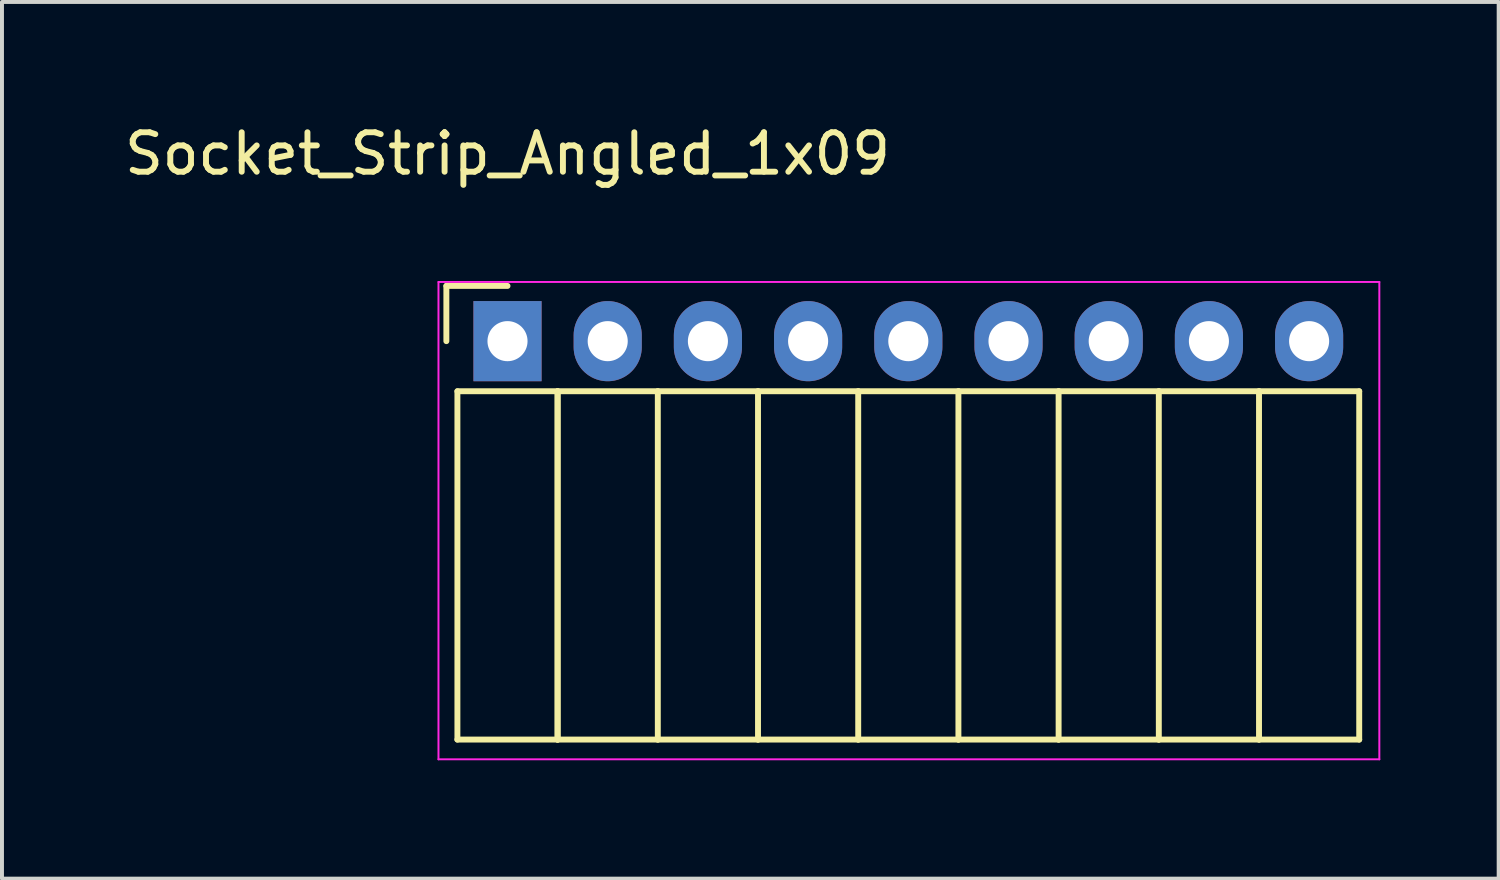
<source format=kicad_pcb>
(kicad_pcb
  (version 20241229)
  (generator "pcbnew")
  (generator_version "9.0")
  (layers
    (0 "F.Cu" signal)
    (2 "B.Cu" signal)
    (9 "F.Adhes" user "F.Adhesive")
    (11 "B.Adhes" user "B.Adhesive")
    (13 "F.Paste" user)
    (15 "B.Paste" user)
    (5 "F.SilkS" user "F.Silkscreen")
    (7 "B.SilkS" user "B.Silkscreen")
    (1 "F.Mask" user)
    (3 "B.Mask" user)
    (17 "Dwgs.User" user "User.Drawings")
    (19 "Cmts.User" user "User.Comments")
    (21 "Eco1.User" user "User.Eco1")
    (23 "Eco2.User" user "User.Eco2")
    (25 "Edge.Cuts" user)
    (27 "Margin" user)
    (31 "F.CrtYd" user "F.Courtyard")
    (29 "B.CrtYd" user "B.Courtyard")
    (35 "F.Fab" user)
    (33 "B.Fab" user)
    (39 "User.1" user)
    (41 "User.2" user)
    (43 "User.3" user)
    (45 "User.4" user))
  (footprint "Socket_Strip_Angled_1x09"
    (layer "F.Cu")
    (at 9.815 5.598)
    (property "Reference" "Socket_Strip_Angled_1x09" (at 0 -4.75 0) (layer "F.SilkS") (effects (font (size 1 1) (thickness 0.15))))
    (attr through_hole)
    (fp_line (start -1.55 -1.4) (end -1.55 0) (stroke (width 0.15) (type solid)) (layer "F.SilkS"))
    (fp_line (start -1.27 1.27) (end -1.27 10.1) (stroke (width 0.15) (type solid)) (layer "F.SilkS"))
    (fp_line (start -1.27 1.27) (end 1.27 1.27) (stroke (width 0.15) (type solid)) (layer "F.SilkS"))
    (fp_line (start -1.27 10.1) (end 1.27 10.1) (stroke (width 0.15) (type solid)) (layer "F.SilkS"))
    (fp_line (start 0 -1.4) (end -1.55 -1.4) (stroke (width 0.15) (type solid)) (layer "F.SilkS"))
    (fp_line (start 1.27 1.27) (end 1.27 10.1) (stroke (width 0.15) (type solid)) (layer "F.SilkS"))
    (fp_line (start 1.27 1.27) (end 3.81 1.27) (stroke (width 0.15) (type solid)) (layer "F.SilkS"))
    (fp_line (start 1.27 10.1) (end 1.27 1.27) (stroke (width 0.15) (type solid)) (layer "F.SilkS"))
    (fp_line (start 1.27 10.1) (end 3.81 10.1) (stroke (width 0.15) (type solid)) (layer "F.SilkS"))
    (fp_line (start 3.81 1.27) (end 6.35 1.27) (stroke (width 0.15) (type solid)) (layer "F.SilkS"))
    (fp_line (start 3.81 10.1) (end 3.81 1.27) (stroke (width 0.15) (type solid)) (layer "F.SilkS"))
    (fp_line (start 3.81 10.1) (end 6.35 10.1) (stroke (width 0.15) (type solid)) (layer "F.SilkS"))
    (fp_line (start 6.35 1.27) (end 8.89 1.27) (stroke (width 0.15) (type solid)) (layer "F.SilkS"))
    (fp_line (start 6.35 10.1) (end 6.35 1.27) (stroke (width 0.15) (type solid)) (layer "F.SilkS"))
    (fp_line (start 6.35 10.1) (end 8.89 10.1) (stroke (width 0.15) (type solid)) (layer "F.SilkS"))
    (fp_line (start 8.89 1.27) (end 11.43 1.27) (stroke (width 0.15) (type solid)) (layer "F.SilkS"))
    (fp_line (start 8.89 10.1) (end 8.89 1.27) (stroke (width 0.15) (type solid)) (layer "F.SilkS"))
    (fp_line (start 8.89 10.1) (end 11.43 10.1) (stroke (width 0.15) (type solid)) (layer "F.SilkS"))
    (fp_line (start 11.43 1.27) (end 13.97 1.27) (stroke (width 0.15) (type solid)) (layer "F.SilkS"))
    (fp_line (start 11.43 10.1) (end 11.43 1.27) (stroke (width 0.15) (type solid)) (layer "F.SilkS"))
    (fp_line (start 11.43 10.1) (end 13.97 10.1) (stroke (width 0.15) (type solid)) (layer "F.SilkS"))
    (fp_line (start 13.97 1.27) (end 16.51 1.27) (stroke (width 0.15) (type solid)) (layer "F.SilkS"))
    (fp_line (start 13.97 10.1) (end 13.97 1.27) (stroke (width 0.15) (type solid)) (layer "F.SilkS"))
    (fp_line (start 13.97 10.1) (end 16.51 10.1) (stroke (width 0.15) (type solid)) (layer "F.SilkS"))
    (fp_line (start 16.51 1.27) (end 19.05 1.27) (stroke (width 0.15) (type solid)) (layer "F.SilkS"))
    (fp_line (start 16.51 10.1) (end 16.51 1.27) (stroke (width 0.15) (type solid)) (layer "F.SilkS"))
    (fp_line (start 16.51 10.1) (end 19.05 10.1) (stroke (width 0.15) (type solid)) (layer "F.SilkS"))
    (fp_line (start 19.05 1.27) (end 21.59 1.27) (stroke (width 0.15) (type solid)) (layer "F.SilkS"))
    (fp_line (start 19.05 10.1) (end 19.05 1.27) (stroke (width 0.15) (type solid)) (layer "F.SilkS"))
    (fp_line (start 19.05 10.1) (end 21.59 10.1) (stroke (width 0.15) (type solid)) (layer "F.SilkS"))
    (fp_line (start 21.59 10.1) (end 21.59 1.27) (stroke (width 0.15) (type solid)) (layer "F.SilkS"))
    (fp_line (start -1.75 -1.5) (end -1.75 10.6) (stroke (width 0.05) (type solid)) (layer "F.CrtYd"))
    (fp_line (start -1.75 -1.5) (end 22.1 -1.5) (stroke (width 0.05) (type solid)) (layer "F.CrtYd"))
    (fp_line (start -1.75 10.6) (end 22.1 10.6) (stroke (width 0.05) (type solid)) (layer "F.CrtYd"))
    (fp_line (start 22.1 -1.5) (end 22.1 10.6) (stroke (width 0.05) (type solid)) (layer "F.CrtYd"))
    (pad "1" thru_hole rect (at 0 0) (size 1.727 2.032) (drill 1.016) (layers "*.Cu" "*.Mask"))
    (pad "2" thru_hole oval (at 2.54 0) (size 1.727 2.032) (drill 1.016) (layers "*.Cu" "*.Mask"))
    (pad "3" thru_hole oval (at 5.08 0) (size 1.727 2.032) (drill 1.016) (layers "*.Cu" "*.Mask"))
    (pad "4" thru_hole oval (at 7.62 0) (size 1.727 2.032) (drill 1.016) (layers "*.Cu" "*.Mask"))
    (pad "5" thru_hole oval (at 10.16 0) (size 1.727 2.032) (drill 1.016) (layers "*.Cu" "*.Mask"))
    (pad "6" thru_hole oval (at 12.7 0) (size 1.727 2.032) (drill 1.016) (layers "*.Cu" "*.Mask"))
    (pad "7" thru_hole oval (at 15.24 0) (size 1.727 2.032) (drill 1.016) (layers "*.Cu" "*.Mask"))
    (pad "8" thru_hole oval (at 17.78 0) (size 1.727 2.032) (drill 1.016) (layers "*.Cu" "*.Mask"))
    (pad "9" thru_hole oval (at 20.32 0) (size 1.727 2.032) (drill 1.016) (layers "*.Cu" "*.Mask")))
  (gr_rect
    (start -3 -3)
    (end 34.94 19.223)
    (stroke (width 0.1) (type default))
    (fill no)
    (layer "Edge.Cuts")))
</source>
